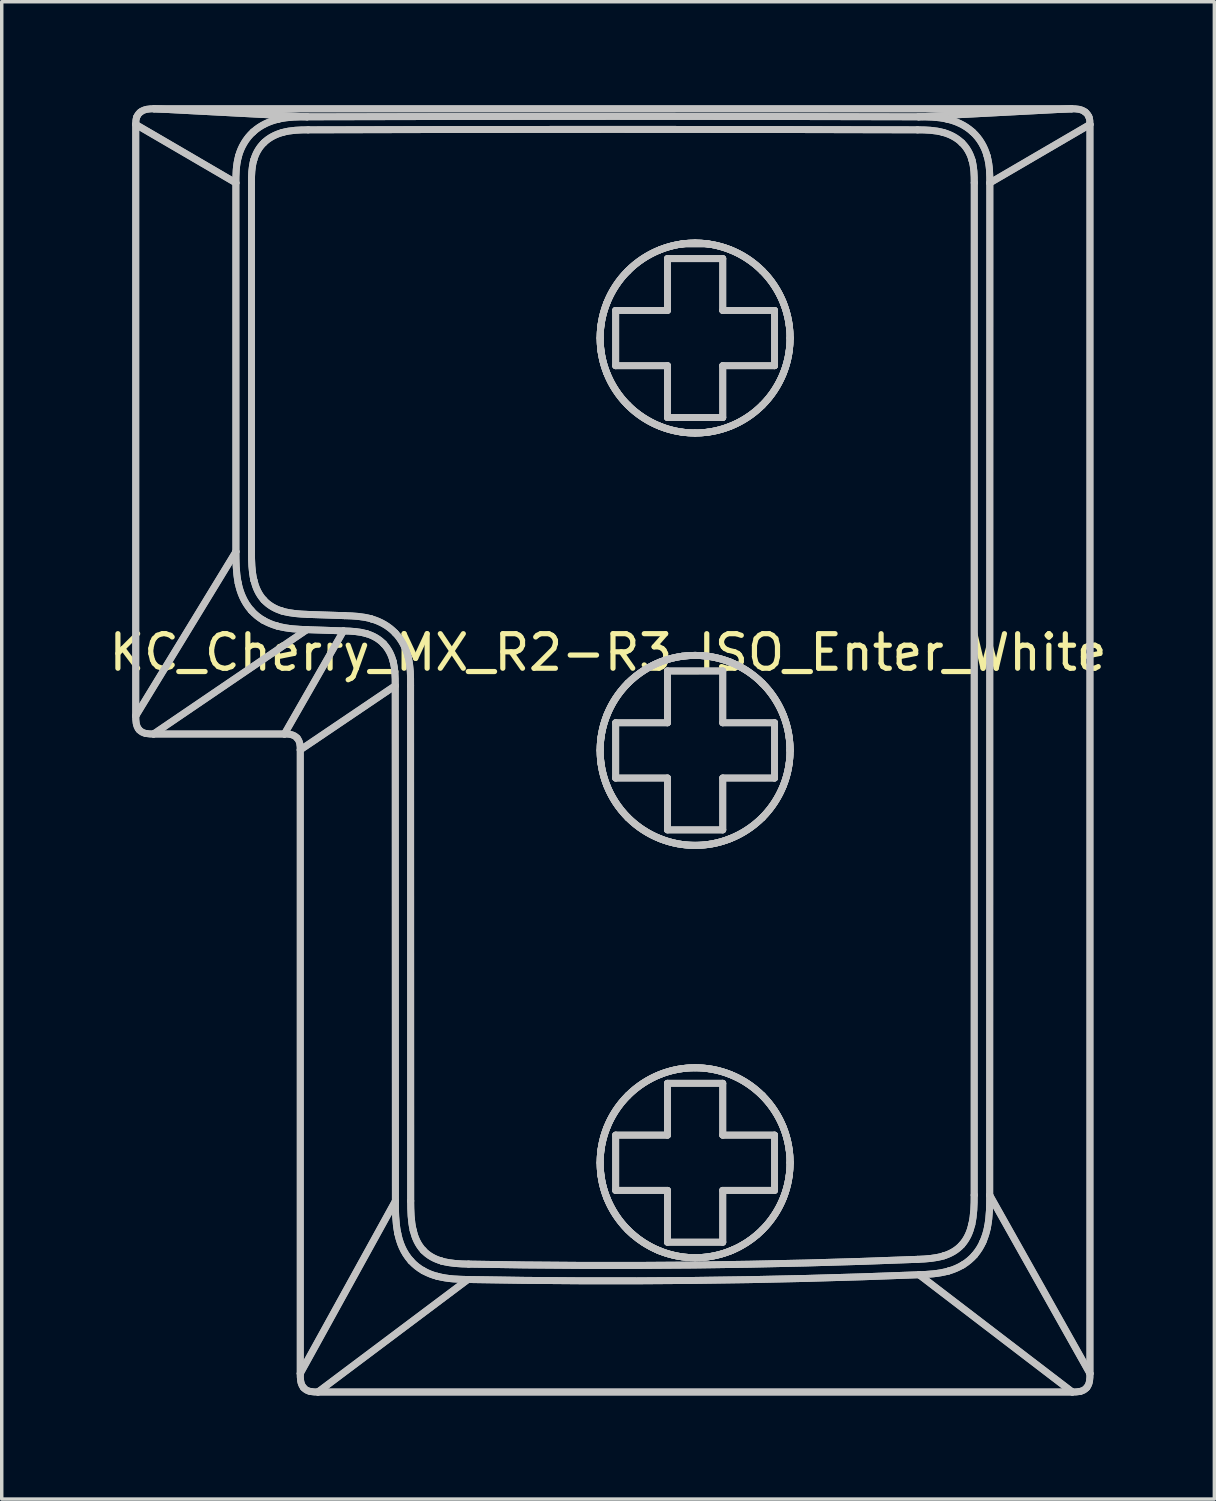
<source format=kicad_pcb>
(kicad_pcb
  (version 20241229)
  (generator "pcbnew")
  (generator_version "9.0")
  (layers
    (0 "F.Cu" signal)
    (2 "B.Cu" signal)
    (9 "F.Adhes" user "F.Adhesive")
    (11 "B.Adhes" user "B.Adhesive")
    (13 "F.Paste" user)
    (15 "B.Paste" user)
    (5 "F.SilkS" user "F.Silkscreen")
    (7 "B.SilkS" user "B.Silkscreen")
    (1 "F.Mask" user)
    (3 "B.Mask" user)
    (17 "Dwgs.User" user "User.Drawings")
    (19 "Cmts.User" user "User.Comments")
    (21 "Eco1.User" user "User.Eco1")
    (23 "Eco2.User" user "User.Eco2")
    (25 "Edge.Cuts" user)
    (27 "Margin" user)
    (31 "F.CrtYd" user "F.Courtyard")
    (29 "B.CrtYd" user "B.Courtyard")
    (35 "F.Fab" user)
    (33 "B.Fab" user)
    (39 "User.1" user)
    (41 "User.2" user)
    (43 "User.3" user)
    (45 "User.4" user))
  (footprint "KC_Cherry_MX_R2-R3_ISO_Enter_White"
    (layer "F.Cu")
    (at 17.094 18.635)
    (property "Reference" "KC_Cherry_MX_R2-R3_ISO_Enter_White" (at -2.54 -2.794 0) (layer "F.SilkS") (effects (font (size 1 1) (thickness 0.15))))
    (attr allow_missing_courtyard)
    (fp_line (start -16.214 -0.958) (end -16.214 -18.082) (stroke (width 0.2) (type default)) (layer "Dwgs.User"))
    (fp_line (start -16.214 -0.958) (end -16.214 -18.082) (stroke (width 0.2) (type default)) (layer "Dwgs.User"))
    (fp_line (start -15.683 -18.535) (end 10.88 -18.535) (stroke (width 0.2) (type default)) (layer "Dwgs.User"))
    (fp_line (start -15.683 -18.535) (end 10.88 -18.535) (stroke (width 0.2) (type default)) (layer "Dwgs.User"))
    (fp_line (start -13.315 -16.39) (end -16.214 -18.082) (stroke (width 0.2) (type default)) (layer "Dwgs.User"))
    (fp_line (start -13.315 -16.39) (end -16.214 -18.082) (stroke (width 0.2) (type default)) (layer "Dwgs.User"))
    (fp_line (start -13.315 -16.39) (end -13.314 -5.714) (stroke (width 0.2) (type default)) (layer "Dwgs.User"))
    (fp_line (start -13.315 -16.39) (end -13.314 -5.714) (stroke (width 0.2) (type default)) (layer "Dwgs.User"))
    (fp_line (start -13.314 -5.714) (end -16.214 -0.958) (stroke (width 0.2) (type default)) (layer "Dwgs.User"))
    (fp_line (start -13.314 -5.714) (end -16.214 -0.958) (stroke (width 0.2) (type default)) (layer "Dwgs.User"))
    (fp_line (start -12.864 -16.393) (end -12.863 -5.716) (stroke (width 0.2) (type default)) (layer "Dwgs.User"))
    (fp_line (start -12.864 -16.393) (end -12.863 -5.716) (stroke (width 0.2) (type default)) (layer "Dwgs.User"))
    (fp_line (start -11.909 -0.435) (end -15.699 -0.435) (stroke (width 0.2) (type default)) (layer "Dwgs.User"))
    (fp_line (start -11.909 -0.435) (end -15.699 -0.435) (stroke (width 0.2) (type default)) (layer "Dwgs.User"))
    (fp_line (start -11.909 -0.435) (end -10.2 -3.42) (stroke (width 0.2) (type default)) (layer "Dwgs.User"))
    (fp_line (start -11.909 -0.435) (end -10.2 -3.42) (stroke (width 0.2) (type default)) (layer "Dwgs.User"))
    (fp_line (start -11.451 0.025) (end -8.701 -1.834) (stroke (width 0.2) (type default)) (layer "Dwgs.User"))
    (fp_line (start -11.451 0.025) (end -8.701 -1.834) (stroke (width 0.2) (type default)) (layer "Dwgs.User"))
    (fp_line (start -11.451 18.079) (end -11.451 0.025) (stroke (width 0.2) (type default)) (layer "Dwgs.User"))
    (fp_line (start -11.451 18.079) (end -11.451 0.025) (stroke (width 0.2) (type default)) (layer "Dwgs.User"))
    (fp_line (start -11.258 -3.456) (end -15.699 -0.435) (stroke (width 0.2) (type default)) (layer "Dwgs.User"))
    (fp_line (start -11.258 -3.456) (end -15.699 -0.435) (stroke (width 0.2) (type default)) (layer "Dwgs.User"))
    (fp_line (start -11.251 -18.303) (end -15.683 -18.535) (stroke (width 0.2) (type default)) (layer "Dwgs.User"))
    (fp_line (start -11.251 -18.303) (end -15.683 -18.535) (stroke (width 0.2) (type default)) (layer "Dwgs.User"))
    (fp_line (start -10.2 -3.42) (end -11.258 -3.456) (stroke (width 0.2) (type default)) (layer "Dwgs.User"))
    (fp_line (start -10.2 -3.42) (end -11.258 -3.456) (stroke (width 0.2) (type default)) (layer "Dwgs.User"))
    (fp_line (start -10.165 -3.861) (end -11.219 -3.897) (stroke (width 0.2) (type default)) (layer "Dwgs.User"))
    (fp_line (start -10.165 -3.861) (end -11.219 -3.897) (stroke (width 0.2) (type default)) (layer "Dwgs.User"))
    (fp_line (start -8.697 13.085) (end -11.451 18.079) (stroke (width 0.2) (type default)) (layer "Dwgs.User"))
    (fp_line (start -8.697 13.085) (end -11.451 18.079) (stroke (width 0.2) (type default)) (layer "Dwgs.User"))
    (fp_line (start -8.697 13.085) (end -8.701 -1.834) (stroke (width 0.2) (type default)) (layer "Dwgs.User"))
    (fp_line (start -8.697 13.085) (end -8.701 -1.834) (stroke (width 0.2) (type default)) (layer "Dwgs.User"))
    (fp_line (start -8.254 13.083) (end -8.257 -1.837) (stroke (width 0.2) (type default)) (layer "Dwgs.User"))
    (fp_line (start -8.254 13.083) (end -8.257 -1.837) (stroke (width 0.2) (type default)) (layer "Dwgs.User"))
    (fp_line (start -6.598 15.358) (end -10.939 18.615) (stroke (width 0.2) (type default)) (layer "Dwgs.User"))
    (fp_line (start -6.598 15.358) (end -10.939 18.615) (stroke (width 0.2) (type default)) (layer "Dwgs.User"))
    (fp_line (start -2.32 -12.698) (end -0.82 -12.698) (stroke (width 0.2) (type default)) (layer "Dwgs.User"))
    (fp_line (start -2.32 -12.698) (end -0.82 -12.698) (stroke (width 0.2) (type default)) (layer "Dwgs.User"))
    (fp_line (start -2.32 -11.098) (end -2.32 -12.698) (stroke (width 0.2) (type default)) (layer "Dwgs.User"))
    (fp_line (start -2.32 -11.098) (end -2.32 -12.698) (stroke (width 0.2) (type default)) (layer "Dwgs.User"))
    (fp_line (start -2.32 -0.76) (end -0.82 -0.76) (stroke (width 0.2) (type default)) (layer "Dwgs.User"))
    (fp_line (start -2.32 -0.76) (end -0.82 -0.76) (stroke (width 0.2) (type default)) (layer "Dwgs.User"))
    (fp_line (start -2.32 0.84) (end -2.32 -0.76) (stroke (width 0.2) (type default)) (layer "Dwgs.User"))
    (fp_line (start -2.32 0.84) (end -2.32 -0.76) (stroke (width 0.2) (type default)) (layer "Dwgs.User"))
    (fp_line (start -2.32 11.178) (end -0.82 11.178) (stroke (width 0.2) (type default)) (layer "Dwgs.User"))
    (fp_line (start -2.32 11.178) (end -0.82 11.178) (stroke (width 0.2) (type default)) (layer "Dwgs.User"))
    (fp_line (start -2.32 12.778) (end -2.32 11.178) (stroke (width 0.2) (type default)) (layer "Dwgs.User"))
    (fp_line (start -2.32 12.778) (end -2.32 11.178) (stroke (width 0.2) (type default)) (layer "Dwgs.User"))
    (fp_line (start -0.82 -14.198) (end 0.78 -14.198) (stroke (width 0.2) (type default)) (layer "Dwgs.User"))
    (fp_line (start -0.82 -14.198) (end 0.78 -14.198) (stroke (width 0.2) (type default)) (layer "Dwgs.User"))
    (fp_line (start -0.82 -12.698) (end -0.82 -14.198) (stroke (width 0.2) (type default)) (layer "Dwgs.User"))
    (fp_line (start -0.82 -12.698) (end -0.82 -14.198) (stroke (width 0.2) (type default)) (layer "Dwgs.User"))
    (fp_line (start -0.82 -11.098) (end -2.32 -11.098) (stroke (width 0.2) (type default)) (layer "Dwgs.User"))
    (fp_line (start -0.82 -11.098) (end -2.32 -11.098) (stroke (width 0.2) (type default)) (layer "Dwgs.User"))
    (fp_line (start -0.82 -9.598) (end -0.82 -11.098) (stroke (width 0.2) (type default)) (layer "Dwgs.User"))
    (fp_line (start -0.82 -9.598) (end -0.82 -11.098) (stroke (width 0.2) (type default)) (layer "Dwgs.User"))
    (fp_line (start -0.82 -2.26) (end 0.78 -2.26) (stroke (width 0.2) (type default)) (layer "Dwgs.User"))
    (fp_line (start -0.82 -2.26) (end 0.78 -2.26) (stroke (width 0.2) (type default)) (layer "Dwgs.User"))
    (fp_line (start -0.82 -0.76) (end -0.82 -2.26) (stroke (width 0.2) (type default)) (layer "Dwgs.User"))
    (fp_line (start -0.82 -0.76) (end -0.82 -2.26) (stroke (width 0.2) (type default)) (layer "Dwgs.User"))
    (fp_line (start -0.82 0.84) (end -2.32 0.84) (stroke (width 0.2) (type default)) (layer "Dwgs.User"))
    (fp_line (start -0.82 0.84) (end -2.32 0.84) (stroke (width 0.2) (type default)) (layer "Dwgs.User"))
    (fp_line (start -0.82 2.34) (end -0.82 0.84) (stroke (width 0.2) (type default)) (layer "Dwgs.User"))
    (fp_line (start -0.82 2.34) (end -0.82 0.84) (stroke (width 0.2) (type default)) (layer "Dwgs.User"))
    (fp_line (start -0.82 9.678) (end 0.78 9.678) (stroke (width 0.2) (type default)) (layer "Dwgs.User"))
    (fp_line (start -0.82 9.678) (end 0.78 9.678) (stroke (width 0.2) (type default)) (layer "Dwgs.User"))
    (fp_line (start -0.82 11.178) (end -0.82 9.678) (stroke (width 0.2) (type default)) (layer "Dwgs.User"))
    (fp_line (start -0.82 11.178) (end -0.82 9.678) (stroke (width 0.2) (type default)) (layer "Dwgs.User"))
    (fp_line (start -0.82 12.778) (end -2.32 12.778) (stroke (width 0.2) (type default)) (layer "Dwgs.User"))
    (fp_line (start -0.82 12.778) (end -2.32 12.778) (stroke (width 0.2) (type default)) (layer "Dwgs.User"))
    (fp_line (start -0.82 14.278) (end -0.82 12.778) (stroke (width 0.2) (type default)) (layer "Dwgs.User"))
    (fp_line (start -0.82 14.278) (end -0.82 12.778) (stroke (width 0.2) (type default)) (layer "Dwgs.User"))
    (fp_line (start -0.395 -14.623) (end -0.395 -14.623) (stroke (width 0.2) (type default)) (layer "Dwgs.User"))
    (fp_line (start -0.395 -14.623) (end 0.355 -14.623) (stroke (width 0.2) (type default)) (layer "Dwgs.User"))
    (fp_line (start 0.78 -14.198) (end 0.78 -12.698) (stroke (width 0.2) (type default)) (layer "Dwgs.User"))
    (fp_line (start 0.78 -14.198) (end 0.78 -12.698) (stroke (width 0.2) (type default)) (layer "Dwgs.User"))
    (fp_line (start 0.78 -12.698) (end 2.28 -12.698) (stroke (width 0.2) (type default)) (layer "Dwgs.User"))
    (fp_line (start 0.78 -12.698) (end 2.28 -12.698) (stroke (width 0.2) (type default)) (layer "Dwgs.User"))
    (fp_line (start 0.78 -11.098) (end 0.78 -9.598) (stroke (width 0.2) (type default)) (layer "Dwgs.User"))
    (fp_line (start 0.78 -11.098) (end 0.78 -9.598) (stroke (width 0.2) (type default)) (layer "Dwgs.User"))
    (fp_line (start 0.78 -9.598) (end -0.82 -9.598) (stroke (width 0.2) (type default)) (layer "Dwgs.User"))
    (fp_line (start 0.78 -9.598) (end -0.82 -9.598) (stroke (width 0.2) (type default)) (layer "Dwgs.User"))
    (fp_line (start 0.78 -2.26) (end 0.78 -0.76) (stroke (width 0.2) (type default)) (layer "Dwgs.User"))
    (fp_line (start 0.78 -2.26) (end 0.78 -0.76) (stroke (width 0.2) (type default)) (layer "Dwgs.User"))
    (fp_line (start 0.78 -0.76) (end 2.28 -0.76) (stroke (width 0.2) (type default)) (layer "Dwgs.User"))
    (fp_line (start 0.78 -0.76) (end 2.28 -0.76) (stroke (width 0.2) (type default)) (layer "Dwgs.User"))
    (fp_line (start 0.78 0.84) (end 0.78 2.34) (stroke (width 0.2) (type default)) (layer "Dwgs.User"))
    (fp_line (start 0.78 0.84) (end 0.78 2.34) (stroke (width 0.2) (type default)) (layer "Dwgs.User"))
    (fp_line (start 0.78 2.34) (end -0.82 2.34) (stroke (width 0.2) (type default)) (layer "Dwgs.User"))
    (fp_line (start 0.78 2.34) (end -0.82 2.34) (stroke (width 0.2) (type default)) (layer "Dwgs.User"))
    (fp_line (start 0.78 9.678) (end 0.78 11.178) (stroke (width 0.2) (type default)) (layer "Dwgs.User"))
    (fp_line (start 0.78 9.678) (end 0.78 11.178) (stroke (width 0.2) (type default)) (layer "Dwgs.User"))
    (fp_line (start 0.78 11.178) (end 2.28 11.178) (stroke (width 0.2) (type default)) (layer "Dwgs.User"))
    (fp_line (start 0.78 11.178) (end 2.28 11.178) (stroke (width 0.2) (type default)) (layer "Dwgs.User"))
    (fp_line (start 0.78 12.778) (end 0.78 14.278) (stroke (width 0.2) (type default)) (layer "Dwgs.User"))
    (fp_line (start 0.78 12.778) (end 0.78 14.278) (stroke (width 0.2) (type default)) (layer "Dwgs.User"))
    (fp_line (start 0.78 14.278) (end -0.82 14.278) (stroke (width 0.2) (type default)) (layer "Dwgs.User"))
    (fp_line (start 0.78 14.278) (end -0.82 14.278) (stroke (width 0.2) (type default)) (layer "Dwgs.User"))
    (fp_line (start 2.28 -12.698) (end 2.28 -11.098) (stroke (width 0.2) (type default)) (layer "Dwgs.User"))
    (fp_line (start 2.28 -12.698) (end 2.28 -11.098) (stroke (width 0.2) (type default)) (layer "Dwgs.User"))
    (fp_line (start 2.28 -11.098) (end 0.78 -11.098) (stroke (width 0.2) (type default)) (layer "Dwgs.User"))
    (fp_line (start 2.28 -11.098) (end 0.78 -11.098) (stroke (width 0.2) (type default)) (layer "Dwgs.User"))
    (fp_line (start 2.28 -0.76) (end 2.28 0.84) (stroke (width 0.2) (type default)) (layer "Dwgs.User"))
    (fp_line (start 2.28 -0.76) (end 2.28 0.84) (stroke (width 0.2) (type default)) (layer "Dwgs.User"))
    (fp_line (start 2.28 0.84) (end 0.78 0.84) (stroke (width 0.2) (type default)) (layer "Dwgs.User"))
    (fp_line (start 2.28 0.84) (end 0.78 0.84) (stroke (width 0.2) (type default)) (layer "Dwgs.User"))
    (fp_line (start 2.28 11.178) (end 2.28 12.778) (stroke (width 0.2) (type default)) (layer "Dwgs.User"))
    (fp_line (start 2.28 11.178) (end 2.28 12.778) (stroke (width 0.2) (type default)) (layer "Dwgs.User"))
    (fp_line (start 2.28 12.778) (end 0.78 12.778) (stroke (width 0.2) (type default)) (layer "Dwgs.User"))
    (fp_line (start 2.28 12.778) (end 0.78 12.778) (stroke (width 0.2) (type default)) (layer "Dwgs.User"))
    (fp_line (start 2.704 -0.336) (end 2.73 0.039) (stroke (width 0.2) (type default)) (layer "Dwgs.User"))
    (fp_line (start 6.464 15.22) (end 10.901 18.615) (stroke (width 0.2) (type default)) (layer "Dwgs.User"))
    (fp_line (start 6.464 15.22) (end 10.901 18.615) (stroke (width 0.2) (type default)) (layer "Dwgs.User"))
    (fp_line (start 8.06 12.914) (end 8.062 -16.393) (stroke (width 0.2) (type default)) (layer "Dwgs.User"))
    (fp_line (start 8.06 12.914) (end 8.062 -16.393) (stroke (width 0.2) (type default)) (layer "Dwgs.User"))
    (fp_line (start 8.509 12.916) (end 8.513 -16.39) (stroke (width 0.2) (type default)) (layer "Dwgs.User"))
    (fp_line (start 8.509 12.916) (end 8.513 -16.39) (stroke (width 0.2) (type default)) (layer "Dwgs.User"))
    (fp_line (start 8.509 12.916) (end 11.411 18.081) (stroke (width 0.2) (type default)) (layer "Dwgs.User"))
    (fp_line (start 8.509 12.916) (end 11.411 18.081) (stroke (width 0.2) (type default)) (layer "Dwgs.User"))
    (fp_line (start 10.88 -18.535) (end 6.449 -18.303) (stroke (width 0.2) (type default)) (layer "Dwgs.User"))
    (fp_line (start 10.88 -18.535) (end 6.449 -18.303) (stroke (width 0.2) (type default)) (layer "Dwgs.User"))
    (fp_line (start 10.901 18.615) (end -10.939 18.615) (stroke (width 0.2) (type default)) (layer "Dwgs.User"))
    (fp_line (start 10.901 18.615) (end -10.939 18.615) (stroke (width 0.2) (type default)) (layer "Dwgs.User"))
    (fp_line (start 11.411 -18.082) (end 8.513 -16.39) (stroke (width 0.2) (type default)) (layer "Dwgs.User"))
    (fp_line (start 11.411 -18.082) (end 8.513 -16.39) (stroke (width 0.2) (type default)) (layer "Dwgs.User"))
    (fp_line (start 11.411 -18.082) (end 11.411 18.081) (stroke (width 0.2) (type default)) (layer "Dwgs.User"))
    (fp_line (start 11.411 -18.082) (end 11.411 18.081) (stroke (width 0.2) (type default)) (layer "Dwgs.User"))
    (fp_curve (pts (xy -16.214 -18.082) (xy -16.214 -18.155) (xy -16.212 -18.231) (xy -16.184 -18.3)) (stroke (width 0.2) (type default)) (layer "Dwgs.User"))
    (fp_curve (pts (xy -16.214 -18.082) (xy -16.214 -18.155) (xy -16.212 -18.231) (xy -16.184 -18.3)) (stroke (width 0.2) (type default)) (layer "Dwgs.User"))
    (fp_curve (pts (xy -16.184 -18.3) (xy -16.161 -18.356) (xy -16.125 -18.403) (xy -16.078 -18.44)) (stroke (width 0.2) (type default)) (layer "Dwgs.User"))
    (fp_curve (pts (xy -16.184 -18.3) (xy -16.161 -18.356) (xy -16.125 -18.403) (xy -16.078 -18.44)) (stroke (width 0.2) (type default)) (layer "Dwgs.User"))
    (fp_curve (pts (xy -16.12 -0.562) (xy -16.212 -0.671) (xy -16.214 -0.823) (xy -16.214 -0.958)) (stroke (width 0.2) (type default)) (layer "Dwgs.User"))
    (fp_curve (pts (xy -16.12 -0.562) (xy -16.212 -0.671) (xy -16.214 -0.823) (xy -16.214 -0.958)) (stroke (width 0.2) (type default)) (layer "Dwgs.User"))
    (fp_curve (pts (xy -16.078 -18.44) (xy -15.966 -18.528) (xy -15.819 -18.537) (xy -15.683 -18.535)) (stroke (width 0.2) (type default)) (layer "Dwgs.User"))
    (fp_curve (pts (xy -16.078 -18.44) (xy -15.966 -18.528) (xy -15.819 -18.537) (xy -15.683 -18.535)) (stroke (width 0.2) (type default)) (layer "Dwgs.User"))
    (fp_curve (pts (xy -15.918 -0.45) (xy -15.994 -0.465) (xy -16.069 -0.501) (xy -16.12 -0.562)) (stroke (width 0.2) (type default)) (layer "Dwgs.User"))
    (fp_curve (pts (xy -15.918 -0.45) (xy -15.994 -0.465) (xy -16.069 -0.501) (xy -16.12 -0.562)) (stroke (width 0.2) (type default)) (layer "Dwgs.User"))
    (fp_curve (pts (xy -15.699 -0.435) (xy -15.772 -0.433) (xy -15.845 -0.438) (xy -15.918 -0.45)) (stroke (width 0.2) (type default)) (layer "Dwgs.User"))
    (fp_curve (pts (xy -15.699 -0.435) (xy -15.772 -0.433) (xy -15.845 -0.438) (xy -15.918 -0.45)) (stroke (width 0.2) (type default)) (layer "Dwgs.User"))
    (fp_curve (pts (xy -13.315 -16.39) (xy -13.314 -16.611) (xy -13.317 -16.875) (xy -13.238 -17.165)) (stroke (width 0.2) (type default)) (layer "Dwgs.User"))
    (fp_curve (pts (xy -13.315 -16.39) (xy -13.314 -16.611) (xy -13.317 -16.875) (xy -13.238 -17.165)) (stroke (width 0.2) (type default)) (layer "Dwgs.User"))
    (fp_curve (pts (xy -13.247 -4.801) (xy -13.315 -5.132) (xy -13.312 -5.435) (xy -13.314 -5.714)) (stroke (width 0.2) (type default)) (layer "Dwgs.User"))
    (fp_curve (pts (xy -13.247 -4.801) (xy -13.315 -5.132) (xy -13.312 -5.435) (xy -13.314 -5.714)) (stroke (width 0.2) (type default)) (layer "Dwgs.User"))
    (fp_curve (pts (xy -13.238 -17.165) (xy -13.17 -17.419) (xy -13.021 -17.68) (xy -12.815 -17.865)) (stroke (width 0.2) (type default)) (layer "Dwgs.User"))
    (fp_curve (pts (xy -13.238 -17.165) (xy -13.17 -17.419) (xy -13.021 -17.68) (xy -12.815 -17.865)) (stroke (width 0.2) (type default)) (layer "Dwgs.User"))
    (fp_curve (pts (xy -12.869 -4.012) (xy -13.09 -4.26) (xy -13.194 -4.547) (xy -13.247 -4.801)) (stroke (width 0.2) (type default)) (layer "Dwgs.User"))
    (fp_curve (pts (xy -12.869 -4.012) (xy -13.09 -4.26) (xy -13.194 -4.547) (xy -13.247 -4.801)) (stroke (width 0.2) (type default)) (layer "Dwgs.User"))
    (fp_curve (pts (xy -12.864 -16.393) (xy -12.864 -16.614) (xy -12.859 -16.839) (xy -12.797 -17.053)) (stroke (width 0.2) (type default)) (layer "Dwgs.User"))
    (fp_curve (pts (xy -12.864 -16.393) (xy -12.864 -16.614) (xy -12.859 -16.839) (xy -12.797 -17.053)) (stroke (width 0.2) (type default)) (layer "Dwgs.User"))
    (fp_curve (pts (xy -12.815 -17.865) (xy -12.595 -18.066) (xy -12.331 -18.178) (xy -12.084 -18.235)) (stroke (width 0.2) (type default)) (layer "Dwgs.User"))
    (fp_curve (pts (xy -12.815 -17.865) (xy -12.595 -18.066) (xy -12.331 -18.178) (xy -12.084 -18.235)) (stroke (width 0.2) (type default)) (layer "Dwgs.User"))
    (fp_curve (pts (xy -12.797 -17.053) (xy -12.744 -17.241) (xy -12.645 -17.416) (xy -12.506 -17.551)) (stroke (width 0.2) (type default)) (layer "Dwgs.User"))
    (fp_curve (pts (xy -12.797 -17.053) (xy -12.744 -17.241) (xy -12.645 -17.416) (xy -12.506 -17.551)) (stroke (width 0.2) (type default)) (layer "Dwgs.User"))
    (fp_curve (pts (xy -12.793 -4.885) (xy -12.857 -5.156) (xy -12.863 -5.438) (xy -12.863 -5.716)) (stroke (width 0.2) (type default)) (layer "Dwgs.User"))
    (fp_curve (pts (xy -12.793 -4.885) (xy -12.857 -5.156) (xy -12.863 -5.438) (xy -12.863 -5.716)) (stroke (width 0.2) (type default)) (layer "Dwgs.User"))
    (fp_curve (pts (xy -12.523 -3.729) (xy -12.648 -3.802) (xy -12.769 -3.899) (xy -12.869 -4.012)) (stroke (width 0.2) (type default)) (layer "Dwgs.User"))
    (fp_curve (pts (xy -12.523 -3.729) (xy -12.648 -3.802) (xy -12.769 -3.899) (xy -12.869 -4.012)) (stroke (width 0.2) (type default)) (layer "Dwgs.User"))
    (fp_curve (pts (xy -12.506 -17.551) (xy -12.357 -17.697) (xy -12.166 -17.795) (xy -11.966 -17.85)) (stroke (width 0.2) (type default)) (layer "Dwgs.User"))
    (fp_curve (pts (xy -12.506 -17.551) (xy -12.357 -17.697) (xy -12.166 -17.795) (xy -11.966 -17.85)) (stroke (width 0.2) (type default)) (layer "Dwgs.User"))
    (fp_curve (pts (xy -12.505 -4.314) (xy -12.652 -4.473) (xy -12.743 -4.676) (xy -12.793 -4.885)) (stroke (width 0.2) (type default)) (layer "Dwgs.User"))
    (fp_curve (pts (xy -12.505 -4.314) (xy -12.652 -4.473) (xy -12.743 -4.676) (xy -12.793 -4.885)) (stroke (width 0.2) (type default)) (layer "Dwgs.User"))
    (fp_curve (pts (xy -12.121 -3.562) (xy -12.254 -3.597) (xy -12.388 -3.653) (xy -12.523 -3.729)) (stroke (width 0.2) (type default)) (layer "Dwgs.User"))
    (fp_curve (pts (xy -12.121 -3.562) (xy -12.254 -3.597) (xy -12.388 -3.653) (xy -12.523 -3.729)) (stroke (width 0.2) (type default)) (layer "Dwgs.User"))
    (fp_curve (pts (xy -12.084 -18.235) (xy -11.784 -18.304) (xy -11.502 -18.301) (xy -11.251 -18.303)) (stroke (width 0.2) (type default)) (layer "Dwgs.User"))
    (fp_curve (pts (xy -12.084 -18.235) (xy -11.784 -18.304) (xy -11.502 -18.301) (xy -11.251 -18.303)) (stroke (width 0.2) (type default)) (layer "Dwgs.User"))
    (fp_curve (pts (xy -11.983 -3.997) (xy -12.179 -4.056) (xy -12.365 -4.161) (xy -12.505 -4.314)) (stroke (width 0.2) (type default)) (layer "Dwgs.User"))
    (fp_curve (pts (xy -11.983 -3.997) (xy -12.179 -4.056) (xy -12.365 -4.161) (xy -12.505 -4.314)) (stroke (width 0.2) (type default)) (layer "Dwgs.User"))
    (fp_curve (pts (xy -11.966 -17.85) (xy -11.725 -17.917) (xy -11.47 -17.926) (xy -11.22 -17.926)) (stroke (width 0.2) (type default)) (layer "Dwgs.User"))
    (fp_curve (pts (xy -11.966 -17.85) (xy -11.725 -17.917) (xy -11.47 -17.926) (xy -11.22 -17.926)) (stroke (width 0.2) (type default)) (layer "Dwgs.User"))
    (fp_curve (pts (xy -11.54 -0.315) (xy -11.63 -0.421) (xy -11.778 -0.439) (xy -11.909 -0.435)) (stroke (width 0.2) (type default)) (layer "Dwgs.User"))
    (fp_curve (pts (xy -11.54 -0.315) (xy -11.63 -0.421) (xy -11.778 -0.439) (xy -11.909 -0.435)) (stroke (width 0.2) (type default)) (layer "Dwgs.User"))
    (fp_curve (pts (xy -11.451 0.025) (xy -11.449 -0.092) (xy -11.459 -0.222) (xy -11.54 -0.315)) (stroke (width 0.2) (type default)) (layer "Dwgs.User"))
    (fp_curve (pts (xy -11.451 0.025) (xy -11.449 -0.092) (xy -11.459 -0.222) (xy -11.54 -0.315)) (stroke (width 0.2) (type default)) (layer "Dwgs.User"))
    (fp_curve (pts (xy -11.358 18.486) (xy -11.451 18.373) (xy -11.451 18.218) (xy -11.451 18.079)) (stroke (width 0.2) (type default)) (layer "Dwgs.User"))
    (fp_curve (pts (xy -11.358 18.486) (xy -11.451 18.373) (xy -11.451 18.218) (xy -11.451 18.079)) (stroke (width 0.2) (type default)) (layer "Dwgs.User"))
    (fp_curve (pts (xy -11.258 -3.456) (xy -11.517 -3.468) (xy -11.803 -3.474) (xy -12.121 -3.562)) (stroke (width 0.2) (type default)) (layer "Dwgs.User"))
    (fp_curve (pts (xy -11.258 -3.456) (xy -11.517 -3.468) (xy -11.803 -3.474) (xy -12.121 -3.562)) (stroke (width 0.2) (type default)) (layer "Dwgs.User"))
    (fp_curve (pts (xy -11.251 -18.303) (xy -5.365 -18.32) (xy 0.562 -18.32) (xy 6.449 -18.303)) (stroke (width 0.2) (type default)) (layer "Dwgs.User"))
    (fp_curve (pts (xy -11.251 -18.303) (xy -5.365 -18.32) (xy 0.562 -18.32) (xy 6.449 -18.303)) (stroke (width 0.2) (type default)) (layer "Dwgs.User"))
    (fp_curve (pts (xy -11.22 -17.926) (xy -5.354 -17.944) (xy 0.552 -17.944) (xy 6.417 -17.926)) (stroke (width 0.2) (type default)) (layer "Dwgs.User"))
    (fp_curve (pts (xy -11.22 -17.926) (xy -5.354 -17.944) (xy 0.552 -17.944) (xy 6.417 -17.926)) (stroke (width 0.2) (type default)) (layer "Dwgs.User"))
    (fp_curve (pts (xy -11.219 -3.897) (xy -11.476 -3.907) (xy -11.736 -3.922) (xy -11.983 -3.997)) (stroke (width 0.2) (type default)) (layer "Dwgs.User"))
    (fp_curve (pts (xy -11.219 -3.897) (xy -11.476 -3.907) (xy -11.736 -3.922) (xy -11.983 -3.997)) (stroke (width 0.2) (type default)) (layer "Dwgs.User"))
    (fp_curve (pts (xy -11.157 18.6) (xy -11.234 18.584) (xy -11.308 18.548) (xy -11.358 18.486)) (stroke (width 0.2) (type default)) (layer "Dwgs.User"))
    (fp_curve (pts (xy -11.157 18.6) (xy -11.234 18.584) (xy -11.308 18.548) (xy -11.358 18.486)) (stroke (width 0.2) (type default)) (layer "Dwgs.User"))
    (fp_curve (pts (xy -10.939 18.615) (xy -11.012 18.617) (xy -11.085 18.612) (xy -11.157 18.6)) (stroke (width 0.2) (type default)) (layer "Dwgs.User"))
    (fp_curve (pts (xy -10.939 18.615) (xy -11.012 18.617) (xy -11.085 18.612) (xy -11.157 18.6)) (stroke (width 0.2) (type default)) (layer "Dwgs.User"))
    (fp_curve (pts (xy -10.2 -3.42) (xy -9.94 -3.413) (xy -9.728 -3.398) (xy -9.533 -3.34)) (stroke (width 0.2) (type default)) (layer "Dwgs.User"))
    (fp_curve (pts (xy -10.2 -3.42) (xy -9.94 -3.413) (xy -9.728 -3.398) (xy -9.533 -3.34)) (stroke (width 0.2) (type default)) (layer "Dwgs.User"))
    (fp_curve (pts (xy -10.165 -3.861) (xy -9.904 -3.854) (xy -9.639 -3.841) (xy -9.387 -3.766)) (stroke (width 0.2) (type default)) (layer "Dwgs.User"))
    (fp_curve (pts (xy -10.165 -3.861) (xy -9.904 -3.854) (xy -9.639 -3.841) (xy -9.387 -3.766)) (stroke (width 0.2) (type default)) (layer "Dwgs.User"))
    (fp_curve (pts (xy -9.533 -3.34) (xy -9.336 -3.282) (xy -9.17 -3.184) (xy -9.038 -3.048)) (stroke (width 0.2) (type default)) (layer "Dwgs.User"))
    (fp_curve (pts (xy -9.533 -3.34) (xy -9.336 -3.282) (xy -9.17 -3.184) (xy -9.038 -3.048)) (stroke (width 0.2) (type default)) (layer "Dwgs.User"))
    (fp_curve (pts (xy -9.387 -3.766) (xy -9.13 -3.693) (xy -8.888 -3.556) (xy -8.703 -3.361)) (stroke (width 0.2) (type default)) (layer "Dwgs.User"))
    (fp_curve (pts (xy -9.387 -3.766) (xy -9.13 -3.693) (xy -8.888 -3.556) (xy -8.703 -3.361)) (stroke (width 0.2) (type default)) (layer "Dwgs.User"))
    (fp_curve (pts (xy -9.038 -3.048) (xy -8.907 -2.909) (xy -8.815 -2.739) (xy -8.762 -2.536)) (stroke (width 0.2) (type default)) (layer "Dwgs.User"))
    (fp_curve (pts (xy -9.038 -3.048) (xy -8.907 -2.909) (xy -8.815 -2.739) (xy -8.762 -2.536)) (stroke (width 0.2) (type default)) (layer "Dwgs.User"))
    (fp_curve (pts (xy -8.762 -2.536) (xy -8.708 -2.33) (xy -8.699 -2.106) (xy -8.701 -1.834)) (stroke (width 0.2) (type default)) (layer "Dwgs.User"))
    (fp_curve (pts (xy -8.762 -2.536) (xy -8.708 -2.33) (xy -8.699 -2.106) (xy -8.701 -1.834)) (stroke (width 0.2) (type default)) (layer "Dwgs.User"))
    (fp_curve (pts (xy -8.703 -3.361) (xy -8.516 -3.166) (xy -8.39 -2.917) (xy -8.326 -2.656)) (stroke (width 0.2) (type default)) (layer "Dwgs.User"))
    (fp_curve (pts (xy -8.703 -3.361) (xy -8.516 -3.166) (xy -8.39 -2.917) (xy -8.326 -2.656)) (stroke (width 0.2) (type default)) (layer "Dwgs.User"))
    (fp_curve (pts (xy -8.629 14.02) (xy -8.698 13.681) (xy -8.695 13.372) (xy -8.697 13.085)) (stroke (width 0.2) (type default)) (layer "Dwgs.User"))
    (fp_curve (pts (xy -8.629 14.02) (xy -8.698 13.681) (xy -8.695 13.372) (xy -8.697 13.085)) (stroke (width 0.2) (type default)) (layer "Dwgs.User"))
    (fp_curve (pts (xy -8.326 -2.656) (xy -8.258 -2.389) (xy -8.255 -2.111) (xy -8.257 -1.837)) (stroke (width 0.2) (type default)) (layer "Dwgs.User"))
    (fp_curve (pts (xy -8.326 -2.656) (xy -8.258 -2.389) (xy -8.255 -2.111) (xy -8.257 -1.837)) (stroke (width 0.2) (type default)) (layer "Dwgs.User"))
    (fp_curve (pts (xy -8.246 14.82) (xy -8.475 14.567) (xy -8.576 14.276) (xy -8.629 14.02)) (stroke (width 0.2) (type default)) (layer "Dwgs.User"))
    (fp_curve (pts (xy -8.246 14.82) (xy -8.475 14.567) (xy -8.576 14.276) (xy -8.629 14.02)) (stroke (width 0.2) (type default)) (layer "Dwgs.User"))
    (fp_curve (pts (xy -8.181 13.937) (xy -8.247 13.658) (xy -8.253 13.369) (xy -8.254 13.083)) (stroke (width 0.2) (type default)) (layer "Dwgs.User"))
    (fp_curve (pts (xy -8.181 13.937) (xy -8.247 13.658) (xy -8.253 13.369) (xy -8.254 13.083)) (stroke (width 0.2) (type default)) (layer "Dwgs.User"))
    (fp_curve (pts (xy -7.891 15.103) (xy -8.018 15.032) (xy -8.143 14.934) (xy -8.246 14.82)) (stroke (width 0.2) (type default)) (layer "Dwgs.User"))
    (fp_curve (pts (xy -7.891 15.103) (xy -8.018 15.032) (xy -8.143 14.934) (xy -8.246 14.82)) (stroke (width 0.2) (type default)) (layer "Dwgs.User"))
    (fp_curve (pts (xy -7.89 14.513) (xy -8.04 14.353) (xy -8.131 14.148) (xy -8.181 13.937)) (stroke (width 0.2) (type default)) (layer "Dwgs.User"))
    (fp_curve (pts (xy -7.89 14.513) (xy -8.04 14.353) (xy -8.131 14.148) (xy -8.181 13.937)) (stroke (width 0.2) (type default)) (layer "Dwgs.User"))
    (fp_curve (pts (xy -7.479 15.266) (xy -7.614 15.234) (xy -7.751 15.18) (xy -7.891 15.103)) (stroke (width 0.2) (type default)) (layer "Dwgs.User"))
    (fp_curve (pts (xy -7.479 15.266) (xy -7.614 15.234) (xy -7.751 15.18) (xy -7.891 15.103)) (stroke (width 0.2) (type default)) (layer "Dwgs.User"))
    (fp_curve (pts (xy -7.361 14.823) (xy -7.559 14.767) (xy -7.748 14.665) (xy -7.89 14.513)) (stroke (width 0.2) (type default)) (layer "Dwgs.User"))
    (fp_curve (pts (xy -7.361 14.823) (xy -7.559 14.767) (xy -7.748 14.665) (xy -7.89 14.513)) (stroke (width 0.2) (type default)) (layer "Dwgs.User"))
    (fp_curve (pts (xy -6.598 15.358) (xy -6.862 15.351) (xy -7.153 15.35) (xy -7.479 15.266)) (stroke (width 0.2) (type default)) (layer "Dwgs.User"))
    (fp_curve (pts (xy -6.598 15.358) (xy -6.862 15.351) (xy -7.153 15.35) (xy -7.479 15.266)) (stroke (width 0.2) (type default)) (layer "Dwgs.User"))
    (fp_curve (pts (xy -6.578 14.912) (xy -6.841 14.907) (xy -7.107 14.896) (xy -7.361 14.823)) (stroke (width 0.2) (type default)) (layer "Dwgs.User"))
    (fp_curve (pts (xy -6.578 14.912) (xy -6.841 14.907) (xy -7.107 14.896) (xy -7.361 14.823)) (stroke (width 0.2) (type default)) (layer "Dwgs.User"))
    (fp_curve (pts (xy -2.77 -11.899) (xy -2.77 -11.575) (xy -2.711 -11.225) (xy -2.577 -10.886)) (stroke (width 0.2) (type default)) (layer "Dwgs.User"))
    (fp_curve (pts (xy -2.77 -11.899) (xy -2.77 -11.575) (xy -2.711 -11.225) (xy -2.577 -10.886)) (stroke (width 0.2) (type default)) (layer "Dwgs.User"))
    (fp_curve (pts (xy -2.77 0.039) (xy -2.77 0.363) (xy -2.711 0.713) (xy -2.577 1.052)) (stroke (width 0.2) (type default)) (layer "Dwgs.User"))
    (fp_curve (pts (xy -2.77 0.039) (xy -2.77 0.363) (xy -2.711 0.713) (xy -2.577 1.052)) (stroke (width 0.2) (type default)) (layer "Dwgs.User"))
    (fp_curve (pts (xy -2.77 11.977) (xy -2.77 12.301) (xy -2.711 12.651) (xy -2.577 12.99)) (stroke (width 0.2) (type default)) (layer "Dwgs.User"))
    (fp_curve (pts (xy -2.77 11.977) (xy -2.77 12.301) (xy -2.711 12.651) (xy -2.577 12.99)) (stroke (width 0.2) (type default)) (layer "Dwgs.User"))
    (fp_curve (pts (xy -2.744 -11.524) (xy -2.665 -10.935) (xy -2.386 -10.374) (xy -1.965 -9.954)) (stroke (width 0.2) (type default)) (layer "Dwgs.User"))
    (fp_curve (pts (xy -2.744 -11.524) (xy -2.665 -10.935) (xy -2.386 -10.374) (xy -1.965 -9.954)) (stroke (width 0.2) (type default)) (layer "Dwgs.User"))
    (fp_curve (pts (xy -2.744 12.352) (xy -2.656 13.009) (xy -2.321 13.627) (xy -1.815 14.06)) (stroke (width 0.2) (type default)) (layer "Dwgs.User"))
    (fp_curve (pts (xy -2.744 12.352) (xy -2.656 13.009) (xy -2.321 13.627) (xy -1.815 14.06)) (stroke (width 0.2) (type default)) (layer "Dwgs.User"))
    (fp_curve (pts (xy -2.744 -12.274) (xy -2.779 -12.024) (xy -2.779 -11.774) (xy -2.744 -11.524)) (stroke (width 0.2) (type default)) (layer "Dwgs.User"))
    (fp_curve (pts (xy -2.744 -12.274) (xy -2.779 -12.024) (xy -2.779 -11.774) (xy -2.744 -11.524)) (stroke (width 0.2) (type default)) (layer "Dwgs.User"))
    (fp_curve (pts (xy -2.744 -0.336) (xy -2.779 -0.086) (xy -2.779 0.164) (xy -2.744 0.414)) (stroke (width 0.2) (type default)) (layer "Dwgs.User"))
    (fp_curve (pts (xy -2.744 -0.336) (xy -2.779 -0.086) (xy -2.779 0.164) (xy -2.744 0.414)) (stroke (width 0.2) (type default)) (layer "Dwgs.User"))
    (fp_curve (pts (xy -2.744 -0.336) (xy -2.664 -0.925) (xy -2.386 -1.486) (xy -1.965 -1.905)) (stroke (width 0.2) (type default)) (layer "Dwgs.User"))
    (fp_curve (pts (xy -2.744 -0.336) (xy -2.664 -0.925) (xy -2.386 -1.486) (xy -1.965 -1.905)) (stroke (width 0.2) (type default)) (layer "Dwgs.User"))
    (fp_curve (pts (xy -2.744 11.602) (xy -2.779 11.852) (xy -2.779 12.102) (xy -2.744 12.352)) (stroke (width 0.2) (type default)) (layer "Dwgs.User"))
    (fp_curve (pts (xy -2.744 11.602) (xy -2.779 11.852) (xy -2.779 12.102) (xy -2.744 12.352)) (stroke (width 0.2) (type default)) (layer "Dwgs.User"))
    (fp_curve (pts (xy -2.577 -12.911) (xy -2.711 -12.572) (xy -2.77 -12.222) (xy -2.77 -11.899)) (stroke (width 0.2) (type default)) (layer "Dwgs.User"))
    (fp_curve (pts (xy -2.577 -12.911) (xy -2.711 -12.572) (xy -2.77 -12.222) (xy -2.77 -11.899)) (stroke (width 0.2) (type default)) (layer "Dwgs.User"))
    (fp_curve (pts (xy -2.577 -10.886) (xy -2.444 -10.548) (xy -2.234 -10.222) (xy -1.965 -9.954)) (stroke (width 0.2) (type default)) (layer "Dwgs.User"))
    (fp_curve (pts (xy -2.577 -10.886) (xy -2.444 -10.548) (xy -2.234 -10.222) (xy -1.965 -9.954)) (stroke (width 0.2) (type default)) (layer "Dwgs.User"))
    (fp_curve (pts (xy -2.577 -0.973) (xy -2.711 -0.634) (xy -2.77 -0.284) (xy -2.77 0.039)) (stroke (width 0.2) (type default)) (layer "Dwgs.User"))
    (fp_curve (pts (xy -2.577 -0.973) (xy -2.711 -0.634) (xy -2.77 -0.284) (xy -2.77 0.039)) (stroke (width 0.2) (type default)) (layer "Dwgs.User"))
    (fp_curve (pts (xy -2.577 1.052) (xy -2.444 1.39) (xy -2.234 1.716) (xy -1.965 1.984)) (stroke (width 0.2) (type default)) (layer "Dwgs.User"))
    (fp_curve (pts (xy -2.577 1.052) (xy -2.444 1.39) (xy -2.234 1.716) (xy -1.965 1.984)) (stroke (width 0.2) (type default)) (layer "Dwgs.User"))
    (fp_curve (pts (xy -2.577 10.965) (xy -2.711 11.304) (xy -2.77 11.654) (xy -2.77 11.977)) (stroke (width 0.2) (type default)) (layer "Dwgs.User"))
    (fp_curve (pts (xy -2.577 10.965) (xy -2.711 11.304) (xy -2.77 11.654) (xy -2.77 11.977)) (stroke (width 0.2) (type default)) (layer "Dwgs.User"))
    (fp_curve (pts (xy -2.577 12.99) (xy -2.444 13.328) (xy -2.234 13.654) (xy -1.965 13.922)) (stroke (width 0.2) (type default)) (layer "Dwgs.User"))
    (fp_curve (pts (xy -2.577 12.99) (xy -2.444 13.328) (xy -2.234 13.654) (xy -1.965 13.922)) (stroke (width 0.2) (type default)) (layer "Dwgs.User"))
    (fp_curve (pts (xy -1.965 -13.843) (xy -2.386 -13.424) (xy -2.664 -12.863) (xy -2.744 -12.274)) (stroke (width 0.2) (type default)) (layer "Dwgs.User"))
    (fp_curve (pts (xy -1.965 -13.843) (xy -2.386 -13.424) (xy -2.664 -12.863) (xy -2.744 -12.274)) (stroke (width 0.2) (type default)) (layer "Dwgs.User"))
    (fp_curve (pts (xy -1.965 -13.843) (xy -2.234 -13.575) (xy -2.444 -13.249) (xy -2.577 -12.911)) (stroke (width 0.2) (type default)) (layer "Dwgs.User"))
    (fp_curve (pts (xy -1.965 -13.843) (xy -2.234 -13.575) (xy -2.444 -13.249) (xy -2.577 -12.911)) (stroke (width 0.2) (type default)) (layer "Dwgs.User"))
    (fp_curve (pts (xy -1.965 -9.954) (xy -1.696 -9.685) (xy -1.371 -9.475) (xy -1.032 -9.342)) (stroke (width 0.2) (type default)) (layer "Dwgs.User"))
    (fp_curve (pts (xy -1.965 -9.954) (xy -1.696 -9.685) (xy -1.371 -9.475) (xy -1.032 -9.342)) (stroke (width 0.2) (type default)) (layer "Dwgs.User"))
    (fp_curve (pts (xy -1.965 -9.954) (xy -1.538 -9.528) (xy -0.986 -9.256) (xy -0.395 -9.174)) (stroke (width 0.2) (type default)) (layer "Dwgs.User"))
    (fp_curve (pts (xy -1.965 -9.954) (xy -1.538 -9.528) (xy -0.986 -9.256) (xy -0.395 -9.174)) (stroke (width 0.2) (type default)) (layer "Dwgs.User"))
    (fp_curve (pts (xy -1.965 -1.905) (xy -2.234 -1.637) (xy -2.444 -1.311) (xy -2.577 -0.973)) (stroke (width 0.2) (type default)) (layer "Dwgs.User"))
    (fp_curve (pts (xy -1.965 -1.905) (xy -2.234 -1.637) (xy -2.444 -1.311) (xy -2.577 -0.973)) (stroke (width 0.2) (type default)) (layer "Dwgs.User"))
    (fp_curve (pts (xy -1.965 -1.905) (xy -1.538 -2.332) (xy -0.986 -2.604) (xy -0.395 -2.685)) (stroke (width 0.2) (type default)) (layer "Dwgs.User"))
    (fp_curve (pts (xy -1.965 -1.905) (xy -1.538 -2.332) (xy -0.986 -2.604) (xy -0.395 -2.685)) (stroke (width 0.2) (type default)) (layer "Dwgs.User"))
    (fp_curve (pts (xy -1.965 1.984) (xy -2.386 1.564) (xy -2.665 1.003) (xy -2.744 0.414)) (stroke (width 0.2) (type default)) (layer "Dwgs.User"))
    (fp_curve (pts (xy -1.965 1.984) (xy -2.386 1.564) (xy -2.665 1.003) (xy -2.744 0.414)) (stroke (width 0.2) (type default)) (layer "Dwgs.User"))
    (fp_curve (pts (xy -1.965 1.984) (xy -1.696 2.253) (xy -1.371 2.463) (xy -1.032 2.596)) (stroke (width 0.2) (type default)) (layer "Dwgs.User"))
    (fp_curve (pts (xy -1.965 1.984) (xy -1.696 2.253) (xy -1.371 2.463) (xy -1.032 2.596)) (stroke (width 0.2) (type default)) (layer "Dwgs.User"))
    (fp_curve (pts (xy -1.965 10.033) (xy -2.386 10.452) (xy -2.664 11.013) (xy -2.744 11.602)) (stroke (width 0.2) (type default)) (layer "Dwgs.User"))
    (fp_curve (pts (xy -1.965 10.033) (xy -2.386 10.452) (xy -2.664 11.013) (xy -2.744 11.602)) (stroke (width 0.2) (type default)) (layer "Dwgs.User"))
    (fp_curve (pts (xy -1.965 10.033) (xy -2.234 10.301) (xy -2.444 10.627) (xy -2.577 10.965)) (stroke (width 0.2) (type default)) (layer "Dwgs.User"))
    (fp_curve (pts (xy -1.965 10.033) (xy -2.234 10.301) (xy -2.444 10.627) (xy -2.577 10.965)) (stroke (width 0.2) (type default)) (layer "Dwgs.User"))
    (fp_curve (pts (xy -1.965 13.922) (xy -1.696 14.191) (xy -1.371 14.401) (xy -1.032 14.534)) (stroke (width 0.2) (type default)) (layer "Dwgs.User"))
    (fp_curve (pts (xy -1.965 13.922) (xy -1.696 14.191) (xy -1.371 14.401) (xy -1.032 14.534)) (stroke (width 0.2) (type default)) (layer "Dwgs.User"))
    (fp_curve (pts (xy -1.815 14.06) (xy -1.632 14.219) (xy -1.398 14.378) (xy -1.111 14.502)) (stroke (width 0.2) (type default)) (layer "Dwgs.User"))
    (fp_curve (pts (xy -1.815 14.06) (xy -1.632 14.219) (xy -1.398 14.378) (xy -1.111 14.502)) (stroke (width 0.2) (type default)) (layer "Dwgs.User"))
    (fp_curve (pts (xy -1.111 14.502) (xy -0.816 14.631) (xy -0.432 14.729) (xy -0.02 14.727)) (stroke (width 0.2) (type default)) (layer "Dwgs.User"))
    (fp_curve (pts (xy -1.111 14.502) (xy -0.816 14.631) (xy -0.432 14.729) (xy -0.02 14.727)) (stroke (width 0.2) (type default)) (layer "Dwgs.User"))
    (fp_curve (pts (xy -1.032 -14.456) (xy -1.371 -14.322) (xy -1.696 -14.112) (xy -1.965 -13.843)) (stroke (width 0.2) (type default)) (layer "Dwgs.User"))
    (fp_curve (pts (xy -1.032 -14.456) (xy -1.371 -14.322) (xy -1.696 -14.112) (xy -1.965 -13.843)) (stroke (width 0.2) (type default)) (layer "Dwgs.User"))
    (fp_curve (pts (xy -1.032 -9.342) (xy -0.693 -9.207) (xy -0.344 -9.148) (xy -0.02 -9.149)) (stroke (width 0.2) (type default)) (layer "Dwgs.User"))
    (fp_curve (pts (xy -1.032 -9.342) (xy -0.693 -9.207) (xy -0.344 -9.148) (xy -0.02 -9.149)) (stroke (width 0.2) (type default)) (layer "Dwgs.User"))
    (fp_curve (pts (xy -1.032 -2.518) (xy -1.371 -2.384) (xy -1.696 -2.174) (xy -1.965 -1.905)) (stroke (width 0.2) (type default)) (layer "Dwgs.User"))
    (fp_curve (pts (xy -1.032 -2.518) (xy -1.371 -2.384) (xy -1.696 -2.174) (xy -1.965 -1.905)) (stroke (width 0.2) (type default)) (layer "Dwgs.User"))
    (fp_curve (pts (xy -1.032 2.596) (xy -0.693 2.731) (xy -0.344 2.79) (xy -0.02 2.789)) (stroke (width 0.2) (type default)) (layer "Dwgs.User"))
    (fp_curve (pts (xy -1.032 2.596) (xy -0.693 2.731) (xy -0.344 2.79) (xy -0.02 2.789)) (stroke (width 0.2) (type default)) (layer "Dwgs.User"))
    (fp_curve (pts (xy -1.032 9.42) (xy -1.371 9.554) (xy -1.696 9.764) (xy -1.965 10.033)) (stroke (width 0.2) (type default)) (layer "Dwgs.User"))
    (fp_curve (pts (xy -1.032 9.42) (xy -1.371 9.554) (xy -1.696 9.764) (xy -1.965 10.033)) (stroke (width 0.2) (type default)) (layer "Dwgs.User"))
    (fp_curve (pts (xy -1.032 14.534) (xy -0.693 14.669) (xy -0.344 14.728) (xy -0.02 14.727)) (stroke (width 0.2) (type default)) (layer "Dwgs.User"))
    (fp_curve (pts (xy -1.032 14.534) (xy -0.693 14.669) (xy -0.344 14.728) (xy -0.02 14.727)) (stroke (width 0.2) (type default)) (layer "Dwgs.User"))
    (fp_curve (pts (xy -0.395 -14.623) (xy -0.986 -14.542) (xy -1.538 -14.27) (xy -1.965 -13.843)) (stroke (width 0.2) (type default)) (layer "Dwgs.User"))
    (fp_curve (pts (xy -0.395 -14.623) (xy -0.986 -14.542) (xy -1.538 -14.27) (xy -1.965 -13.843)) (stroke (width 0.2) (type default)) (layer "Dwgs.User"))
    (fp_curve (pts (xy -0.395 -14.623) (xy -0.145 -14.657) (xy 0.105 -14.657) (xy 0.355 -14.623)) (stroke (width 0.2) (type default)) (layer "Dwgs.User"))
    (fp_curve (pts (xy -0.395 -14.623) (xy -0.145 -14.657) (xy 0.105 -14.657) (xy 0.355 -14.623)) (stroke (width 0.2) (type default)) (layer "Dwgs.User"))
    (fp_curve (pts (xy -0.395 -2.685) (xy -0.145 -2.719) (xy 0.105 -2.719) (xy 0.355 -2.685)) (stroke (width 0.2) (type default)) (layer "Dwgs.User"))
    (fp_curve (pts (xy -0.395 -2.685) (xy -0.145 -2.719) (xy 0.105 -2.719) (xy 0.355 -2.685)) (stroke (width 0.2) (type default)) (layer "Dwgs.User"))
    (fp_curve (pts (xy -0.395 2.764) (xy -0.145 2.798) (xy 0.105 2.798) (xy 0.355 2.764)) (stroke (width 0.2) (type default)) (layer "Dwgs.User"))
    (fp_curve (pts (xy -0.395 2.764) (xy -0.145 2.798) (xy 0.105 2.798) (xy 0.355 2.764)) (stroke (width 0.2) (type default)) (layer "Dwgs.User"))
    (fp_curve (pts (xy -0.395 2.764) (xy -0.986 2.682) (xy -1.538 2.41) (xy -1.965 1.984)) (stroke (width 0.2) (type default)) (layer "Dwgs.User"))
    (fp_curve (pts (xy -0.395 2.764) (xy -0.986 2.682) (xy -1.538 2.41) (xy -1.965 1.984)) (stroke (width 0.2) (type default)) (layer "Dwgs.User"))
    (fp_curve (pts (xy -0.395 9.253) (xy -0.986 9.334) (xy -1.538 9.606) (xy -1.965 10.033)) (stroke (width 0.2) (type default)) (layer "Dwgs.User"))
    (fp_curve (pts (xy -0.395 9.253) (xy -0.986 9.334) (xy -1.538 9.606) (xy -1.965 10.033)) (stroke (width 0.2) (type default)) (layer "Dwgs.User"))
    (fp_curve (pts (xy -0.02 -14.649) (xy -0.344 -14.649) (xy -0.693 -14.59) (xy -1.032 -14.456)) (stroke (width 0.2) (type default)) (layer "Dwgs.User"))
    (fp_curve (pts (xy -0.02 -14.649) (xy -0.344 -14.649) (xy -0.693 -14.59) (xy -1.032 -14.456)) (stroke (width 0.2) (type default)) (layer "Dwgs.User"))
    (fp_curve (pts (xy -0.02 -9.149) (xy 0.304 -9.148) (xy 0.653 -9.207) (xy 0.992 -9.342)) (stroke (width 0.2) (type default)) (layer "Dwgs.User"))
    (fp_curve (pts (xy -0.02 -9.149) (xy 0.304 -9.148) (xy 0.653 -9.207) (xy 0.992 -9.342)) (stroke (width 0.2) (type default)) (layer "Dwgs.User"))
    (fp_curve (pts (xy -0.02 -2.711) (xy -0.344 -2.711) (xy -0.693 -2.652) (xy -1.032 -2.518)) (stroke (width 0.2) (type default)) (layer "Dwgs.User"))
    (fp_curve (pts (xy -0.02 -2.711) (xy -0.344 -2.711) (xy -0.693 -2.652) (xy -1.032 -2.518)) (stroke (width 0.2) (type default)) (layer "Dwgs.User"))
    (fp_curve (pts (xy -0.02 2.789) (xy 0.304 2.79) (xy 0.653 2.731) (xy 0.992 2.596)) (stroke (width 0.2) (type default)) (layer "Dwgs.User"))
    (fp_curve (pts (xy -0.02 2.789) (xy 0.304 2.79) (xy 0.653 2.731) (xy 0.992 2.596)) (stroke (width 0.2) (type default)) (layer "Dwgs.User"))
    (fp_curve (pts (xy -0.02 9.227) (xy -0.344 9.227) (xy -0.693 9.286) (xy -1.032 9.42)) (stroke (width 0.2) (type default)) (layer "Dwgs.User"))
    (fp_curve (pts (xy -0.02 9.227) (xy -0.344 9.227) (xy -0.693 9.286) (xy -1.032 9.42)) (stroke (width 0.2) (type default)) (layer "Dwgs.User"))
    (fp_curve (pts (xy -0.02 14.727) (xy 0.304 14.728) (xy 0.653 14.669) (xy 0.992 14.534)) (stroke (width 0.2) (type default)) (layer "Dwgs.User"))
    (fp_curve (pts (xy -0.02 14.727) (xy 0.304 14.728) (xy 0.653 14.669) (xy 0.992 14.534)) (stroke (width 0.2) (type default)) (layer "Dwgs.User"))
    (fp_curve (pts (xy -0.02 14.727) (xy 0.392 14.729) (xy 0.776 14.631) (xy 1.071 14.502)) (stroke (width 0.2) (type default)) (layer "Dwgs.User"))
    (fp_curve (pts (xy -0.02 14.727) (xy 0.392 14.729) (xy 0.776 14.631) (xy 1.071 14.502)) (stroke (width 0.2) (type default)) (layer "Dwgs.User"))
    (fp_curve (pts (xy 0.355 -9.174) (xy 0.105 -9.14) (xy -0.145 -9.14) (xy -0.395 -9.174)) (stroke (width 0.2) (type default)) (layer "Dwgs.User"))
    (fp_curve (pts (xy 0.355 -9.174) (xy 0.105 -9.14) (xy -0.145 -9.14) (xy -0.395 -9.174)) (stroke (width 0.2) (type default)) (layer "Dwgs.User"))
    (fp_curve (pts (xy 0.355 -9.174) (xy 0.946 -9.256) (xy 1.498 -9.528) (xy 1.925 -9.954)) (stroke (width 0.2) (type default)) (layer "Dwgs.User"))
    (fp_curve (pts (xy 0.355 -9.174) (xy 0.946 -9.256) (xy 1.498 -9.528) (xy 1.925 -9.954)) (stroke (width 0.2) (type default)) (layer "Dwgs.User"))
    (fp_curve (pts (xy 0.355 -2.685) (xy 0.946 -2.604) (xy 1.498 -2.332) (xy 1.925 -1.905)) (stroke (width 0.2) (type default)) (layer "Dwgs.User"))
    (fp_curve (pts (xy 0.355 -2.685) (xy 0.946 -2.604) (xy 1.498 -2.332) (xy 1.925 -1.905)) (stroke (width 0.2) (type default)) (layer "Dwgs.User"))
    (fp_curve (pts (xy 0.355 9.253) (xy 0.105 9.219) (xy -0.145 9.219) (xy -0.395 9.253)) (stroke (width 0.2) (type default)) (layer "Dwgs.User"))
    (fp_curve (pts (xy 0.355 9.253) (xy 0.105 9.219) (xy -0.145 9.219) (xy -0.395 9.253)) (stroke (width 0.2) (type default)) (layer "Dwgs.User"))
    (fp_curve (pts (xy 0.992 -14.456) (xy 0.653 -14.59) (xy 0.304 -14.649) (xy -0.02 -14.649)) (stroke (width 0.2) (type default)) (layer "Dwgs.User"))
    (fp_curve (pts (xy 0.992 -14.456) (xy 0.653 -14.59) (xy 0.304 -14.649) (xy -0.02 -14.649)) (stroke (width 0.2) (type default)) (layer "Dwgs.User"))
    (fp_curve (pts (xy 0.992 -9.342) (xy 1.331 -9.475) (xy 1.656 -9.685) (xy 1.925 -9.954)) (stroke (width 0.2) (type default)) (layer "Dwgs.User"))
    (fp_curve (pts (xy 0.992 -9.342) (xy 1.331 -9.475) (xy 1.656 -9.685) (xy 1.925 -9.954)) (stroke (width 0.2) (type default)) (layer "Dwgs.User"))
    (fp_curve (pts (xy 0.992 -2.518) (xy 0.653 -2.652) (xy 0.304 -2.711) (xy -0.02 -2.711)) (stroke (width 0.2) (type default)) (layer "Dwgs.User"))
    (fp_curve (pts (xy 0.992 -2.518) (xy 0.653 -2.652) (xy 0.304 -2.711) (xy -0.02 -2.711)) (stroke (width 0.2) (type default)) (layer "Dwgs.User"))
    (fp_curve (pts (xy 0.992 2.596) (xy 1.331 2.463) (xy 1.656 2.253) (xy 1.925 1.984)) (stroke (width 0.2) (type default)) (layer "Dwgs.User"))
    (fp_curve (pts (xy 0.992 2.596) (xy 1.331 2.463) (xy 1.656 2.253) (xy 1.925 1.984)) (stroke (width 0.2) (type default)) (layer "Dwgs.User"))
    (fp_curve (pts (xy 0.992 9.42) (xy 0.653 9.286) (xy 0.304 9.227) (xy -0.02 9.227)) (stroke (width 0.2) (type default)) (layer "Dwgs.User"))
    (fp_curve (pts (xy 0.992 9.42) (xy 0.653 9.286) (xy 0.304 9.227) (xy -0.02 9.227)) (stroke (width 0.2) (type default)) (layer "Dwgs.User"))
    (fp_curve (pts (xy 0.992 14.534) (xy 1.331 14.401) (xy 1.656 14.191) (xy 1.925 13.922)) (stroke (width 0.2) (type default)) (layer "Dwgs.User"))
    (fp_curve (pts (xy 0.992 14.534) (xy 1.331 14.401) (xy 1.656 14.191) (xy 1.925 13.922)) (stroke (width 0.2) (type default)) (layer "Dwgs.User"))
    (fp_curve (pts (xy 1.071 14.502) (xy 1.358 14.378) (xy 1.592 14.219) (xy 1.775 14.06)) (stroke (width 0.2) (type default)) (layer "Dwgs.User"))
    (fp_curve (pts (xy 1.071 14.502) (xy 1.358 14.378) (xy 1.592 14.219) (xy 1.775 14.06)) (stroke (width 0.2) (type default)) (layer "Dwgs.User"))
    (fp_curve (pts (xy 1.775 14.06) (xy 2.281 13.627) (xy 2.616 13.009) (xy 2.704 12.352)) (stroke (width 0.2) (type default)) (layer "Dwgs.User"))
    (fp_curve (pts (xy 1.775 14.06) (xy 2.281 13.627) (xy 2.616 13.009) (xy 2.704 12.352)) (stroke (width 0.2) (type default)) (layer "Dwgs.User"))
    (fp_curve (pts (xy 1.925 -13.843) (xy 1.498 -14.27) (xy 0.946 -14.542) (xy 0.355 -14.623)) (stroke (width 0.2) (type default)) (layer "Dwgs.User"))
    (fp_curve (pts (xy 1.925 -13.843) (xy 1.498 -14.27) (xy 0.946 -14.542) (xy 0.355 -14.623)) (stroke (width 0.2) (type default)) (layer "Dwgs.User"))
    (fp_curve (pts (xy 1.925 -13.843) (xy 1.656 -14.112) (xy 1.331 -14.322) (xy 0.992 -14.456)) (stroke (width 0.2) (type default)) (layer "Dwgs.User"))
    (fp_curve (pts (xy 1.925 -13.843) (xy 1.656 -14.112) (xy 1.331 -14.322) (xy 0.992 -14.456)) (stroke (width 0.2) (type default)) (layer "Dwgs.User"))
    (fp_curve (pts (xy 1.925 -9.954) (xy 2.194 -10.222) (xy 2.404 -10.548) (xy 2.537 -10.886)) (stroke (width 0.2) (type default)) (layer "Dwgs.User"))
    (fp_curve (pts (xy 1.925 -9.954) (xy 2.194 -10.222) (xy 2.404 -10.548) (xy 2.537 -10.886)) (stroke (width 0.2) (type default)) (layer "Dwgs.User"))
    (fp_curve (pts (xy 1.925 -9.954) (xy 2.346 -10.374) (xy 2.625 -10.935) (xy 2.704 -11.524)) (stroke (width 0.2) (type default)) (layer "Dwgs.User"))
    (fp_curve (pts (xy 1.925 -9.954) (xy 2.346 -10.374) (xy 2.625 -10.935) (xy 2.704 -11.524)) (stroke (width 0.2) (type default)) (layer "Dwgs.User"))
    (fp_curve (pts (xy 1.925 -1.905) (xy 1.656 -2.174) (xy 1.331 -2.384) (xy 0.992 -2.518)) (stroke (width 0.2) (type default)) (layer "Dwgs.User"))
    (fp_curve (pts (xy 1.925 -1.905) (xy 1.656 -2.174) (xy 1.331 -2.384) (xy 0.992 -2.518)) (stroke (width 0.2) (type default)) (layer "Dwgs.User"))
    (fp_curve (pts (xy 1.925 -1.905) (xy 2.346 -1.486) (xy 2.624 -0.925) (xy 2.704 -0.336)) (stroke (width 0.2) (type default)) (layer "Dwgs.User"))
    (fp_curve (pts (xy 1.925 -1.905) (xy 2.346 -1.486) (xy 2.624 -0.925) (xy 2.704 -0.336)) (stroke (width 0.2) (type default)) (layer "Dwgs.User"))
    (fp_curve (pts (xy 1.925 1.984) (xy 1.498 2.41) (xy 0.946 2.682) (xy 0.355 2.764)) (stroke (width 0.2) (type default)) (layer "Dwgs.User"))
    (fp_curve (pts (xy 1.925 1.984) (xy 1.498 2.41) (xy 0.946 2.682) (xy 0.355 2.764)) (stroke (width 0.2) (type default)) (layer "Dwgs.User"))
    (fp_curve (pts (xy 1.925 1.984) (xy 2.194 1.716) (xy 2.404 1.39) (xy 2.537 1.052)) (stroke (width 0.2) (type default)) (layer "Dwgs.User"))
    (fp_curve (pts (xy 1.925 1.984) (xy 2.194 1.716) (xy 2.404 1.39) (xy 2.537 1.052)) (stroke (width 0.2) (type default)) (layer "Dwgs.User"))
    (fp_curve (pts (xy 1.925 10.033) (xy 1.498 9.606) (xy 0.946 9.334) (xy 0.355 9.253)) (stroke (width 0.2) (type default)) (layer "Dwgs.User"))
    (fp_curve (pts (xy 1.925 10.033) (xy 1.498 9.606) (xy 0.946 9.334) (xy 0.355 9.253)) (stroke (width 0.2) (type default)) (layer "Dwgs.User"))
    (fp_curve (pts (xy 1.925 10.033) (xy 1.656 9.764) (xy 1.331 9.554) (xy 0.992 9.42)) (stroke (width 0.2) (type default)) (layer "Dwgs.User"))
    (fp_curve (pts (xy 1.925 10.033) (xy 1.656 9.764) (xy 1.331 9.554) (xy 0.992 9.42)) (stroke (width 0.2) (type default)) (layer "Dwgs.User"))
    (fp_curve (pts (xy 1.925 13.922) (xy 2.194 13.654) (xy 2.404 13.328) (xy 2.537 12.99)) (stroke (width 0.2) (type default)) (layer "Dwgs.User"))
    (fp_curve (pts (xy 1.925 13.922) (xy 2.194 13.654) (xy 2.404 13.328) (xy 2.537 12.99)) (stroke (width 0.2) (type default)) (layer "Dwgs.User"))
    (fp_curve (pts (xy 2.537 -12.911) (xy 2.404 -13.249) (xy 2.194 -13.575) (xy 1.925 -13.843)) (stroke (width 0.2) (type default)) (layer "Dwgs.User"))
    (fp_curve (pts (xy 2.537 -12.911) (xy 2.404 -13.249) (xy 2.194 -13.575) (xy 1.925 -13.843)) (stroke (width 0.2) (type default)) (layer "Dwgs.User"))
    (fp_curve (pts (xy 2.537 -10.886) (xy 2.671 -11.225) (xy 2.73 -11.575) (xy 2.73 -11.899)) (stroke (width 0.2) (type default)) (layer "Dwgs.User"))
    (fp_curve (pts (xy 2.537 -10.886) (xy 2.671 -11.225) (xy 2.73 -11.575) (xy 2.73 -11.899)) (stroke (width 0.2) (type default)) (layer "Dwgs.User"))
    (fp_curve (pts (xy 2.537 -0.973) (xy 2.404 -1.311) (xy 2.194 -1.637) (xy 1.925 -1.905)) (stroke (width 0.2) (type default)) (layer "Dwgs.User"))
    (fp_curve (pts (xy 2.537 -0.973) (xy 2.404 -1.311) (xy 2.194 -1.637) (xy 1.925 -1.905)) (stroke (width 0.2) (type default)) (layer "Dwgs.User"))
    (fp_curve (pts (xy 2.537 1.052) (xy 2.671 0.713) (xy 2.73 0.363) (xy 2.73 0.039)) (stroke (width 0.2) (type default)) (layer "Dwgs.User"))
    (fp_curve (pts (xy 2.537 1.052) (xy 2.671 0.713) (xy 2.73 0.363) (xy 2.73 0.039)) (stroke (width 0.2) (type default)) (layer "Dwgs.User"))
    (fp_curve (pts (xy 2.537 10.965) (xy 2.404 10.627) (xy 2.194 10.301) (xy 1.925 10.033)) (stroke (width 0.2) (type default)) (layer "Dwgs.User"))
    (fp_curve (pts (xy 2.537 10.965) (xy 2.404 10.627) (xy 2.194 10.301) (xy 1.925 10.033)) (stroke (width 0.2) (type default)) (layer "Dwgs.User"))
    (fp_curve (pts (xy 2.537 12.99) (xy 2.671 12.651) (xy 2.73 12.301) (xy 2.73 11.977)) (stroke (width 0.2) (type default)) (layer "Dwgs.User"))
    (fp_curve (pts (xy 2.537 12.99) (xy 2.671 12.651) (xy 2.73 12.301) (xy 2.73 11.977)) (stroke (width 0.2) (type default)) (layer "Dwgs.User"))
    (fp_curve (pts (xy 2.704 -12.274) (xy 2.624 -12.863) (xy 2.346 -13.424) (xy 1.925 -13.843)) (stroke (width 0.2) (type default)) (layer "Dwgs.User"))
    (fp_curve (pts (xy 2.704 -12.274) (xy 2.624 -12.863) (xy 2.346 -13.424) (xy 1.925 -13.843)) (stroke (width 0.2) (type default)) (layer "Dwgs.User"))
    (fp_curve (pts (xy 2.704 -12.274) (xy 2.721 -12.15) (xy 2.73 -12.024) (xy 2.73 -11.899)) (stroke (width 0.2) (type default)) (layer "Dwgs.User"))
    (fp_curve (pts (xy 2.704 -12.274) (xy 2.721 -12.15) (xy 2.73 -12.024) (xy 2.73 -11.899)) (stroke (width 0.2) (type default)) (layer "Dwgs.User"))
    (fp_curve (pts (xy 2.704 -0.336) (xy 2.721 -0.212) (xy 2.73 -0.086) (xy 2.73 0.039)) (stroke (width 0.2) (type default)) (layer "Dwgs.User"))
    (fp_curve (pts (xy 2.704 -0.336) (xy 2.721 -0.212) (xy 2.73 -0.086) (xy 2.73 0.039)) (stroke (width 0.2) (type default)) (layer "Dwgs.User"))
    (fp_curve (pts (xy 2.704 11.602) (xy 2.624 11.013) (xy 2.346 10.452) (xy 1.925 10.033)) (stroke (width 0.2) (type default)) (layer "Dwgs.User"))
    (fp_curve (pts (xy 2.704 11.602) (xy 2.624 11.013) (xy 2.346 10.452) (xy 1.925 10.033)) (stroke (width 0.2) (type default)) (layer "Dwgs.User"))
    (fp_curve (pts (xy 2.704 11.602) (xy 2.721 11.726) (xy 2.73 11.852) (xy 2.73 11.977)) (stroke (width 0.2) (type default)) (layer "Dwgs.User"))
    (fp_curve (pts (xy 2.704 11.602) (xy 2.721 11.726) (xy 2.73 11.852) (xy 2.73 11.977)) (stroke (width 0.2) (type default)) (layer "Dwgs.User"))
    (fp_curve (pts (xy 2.704 0.414) (xy 2.625 1.003) (xy 2.346 1.564) (xy 1.925 1.984)) (stroke (width 0.2) (type default)) (layer "Dwgs.User"))
    (fp_curve (pts (xy 2.704 0.414) (xy 2.625 1.003) (xy 2.346 1.564) (xy 1.925 1.984)) (stroke (width 0.2) (type default)) (layer "Dwgs.User"))
    (fp_curve (pts (xy 2.73 -11.899) (xy 2.73 -12.222) (xy 2.671 -12.572) (xy 2.537 -12.911)) (stroke (width 0.2) (type default)) (layer "Dwgs.User"))
    (fp_curve (pts (xy 2.73 -11.899) (xy 2.73 -12.222) (xy 2.671 -12.572) (xy 2.537 -12.911)) (stroke (width 0.2) (type default)) (layer "Dwgs.User"))
    (fp_curve (pts (xy 2.73 -11.899) (xy 2.73 -11.773) (xy 2.721 -11.648) (xy 2.704 -11.524)) (stroke (width 0.2) (type default)) (layer "Dwgs.User"))
    (fp_curve (pts (xy 2.73 -11.899) (xy 2.73 -11.773) (xy 2.721 -11.648) (xy 2.704 -11.524)) (stroke (width 0.2) (type default)) (layer "Dwgs.User"))
    (fp_curve (pts (xy 2.73 0.039) (xy 2.73 -0.284) (xy 2.671 -0.634) (xy 2.537 -0.973)) (stroke (width 0.2) (type default)) (layer "Dwgs.User"))
    (fp_curve (pts (xy 2.73 0.039) (xy 2.73 -0.284) (xy 2.671 -0.634) (xy 2.537 -0.973)) (stroke (width 0.2) (type default)) (layer "Dwgs.User"))
    (fp_curve (pts (xy 2.73 0.039) (xy 2.73 0.165) (xy 2.721 0.29) (xy 2.704 0.414)) (stroke (width 0.2) (type default)) (layer "Dwgs.User"))
    (fp_curve (pts (xy 2.73 0.039) (xy 2.73 0.165) (xy 2.721 0.29) (xy 2.704 0.414)) (stroke (width 0.2) (type default)) (layer "Dwgs.User"))
    (fp_curve (pts (xy 2.73 11.977) (xy 2.73 11.654) (xy 2.671 11.304) (xy 2.537 10.965)) (stroke (width 0.2) (type default)) (layer "Dwgs.User"))
    (fp_curve (pts (xy 2.73 11.977) (xy 2.73 11.654) (xy 2.671 11.304) (xy 2.537 10.965)) (stroke (width 0.2) (type default)) (layer "Dwgs.User"))
    (fp_curve (pts (xy 2.73 11.977) (xy 2.73 12.103) (xy 2.721 12.228) (xy 2.704 12.352)) (stroke (width 0.2) (type default)) (layer "Dwgs.User"))
    (fp_curve (pts (xy 2.73 11.977) (xy 2.73 12.103) (xy 2.721 12.228) (xy 2.704 12.352)) (stroke (width 0.2) (type default)) (layer "Dwgs.User"))
    (fp_curve (pts (xy 6.417 -17.926) (xy 6.667 -17.926) (xy 6.922 -17.917) (xy 7.164 -17.85)) (stroke (width 0.2) (type default)) (layer "Dwgs.User"))
    (fp_curve (pts (xy 6.417 -17.926) (xy 6.667 -17.926) (xy 6.922 -17.917) (xy 7.164 -17.85)) (stroke (width 0.2) (type default)) (layer "Dwgs.User"))
    (fp_curve (pts (xy 6.423 14.774) (xy 2.103 14.948) (xy -2.244 14.994) (xy -6.578 14.912)) (stroke (width 0.2) (type default)) (layer "Dwgs.User"))
    (fp_curve (pts (xy 6.423 14.774) (xy 2.103 14.948) (xy -2.244 14.994) (xy -6.578 14.912)) (stroke (width 0.2) (type default)) (layer "Dwgs.User"))
    (fp_curve (pts (xy 6.449 -18.303) (xy 6.7 -18.301) (xy 6.982 -18.304) (xy 7.281 -18.235)) (stroke (width 0.2) (type default)) (layer "Dwgs.User"))
    (fp_curve (pts (xy 6.449 -18.303) (xy 6.7 -18.301) (xy 6.982 -18.304) (xy 7.281 -18.235)) (stroke (width 0.2) (type default)) (layer "Dwgs.User"))
    (fp_curve (pts (xy 6.464 15.22) (xy 2.124 15.394) (xy -2.243 15.44) (xy -6.598 15.358)) (stroke (width 0.2) (type default)) (layer "Dwgs.User"))
    (fp_curve (pts (xy 6.464 15.22) (xy 2.124 15.394) (xy -2.243 15.44) (xy -6.598 15.358)) (stroke (width 0.2) (type default)) (layer "Dwgs.User"))
    (fp_curve (pts (xy 7.164 -17.85) (xy 7.364 -17.795) (xy 7.554 -17.697) (xy 7.703 -17.551)) (stroke (width 0.2) (type default)) (layer "Dwgs.User"))
    (fp_curve (pts (xy 7.164 -17.85) (xy 7.364 -17.795) (xy 7.554 -17.697) (xy 7.703 -17.551)) (stroke (width 0.2) (type default)) (layer "Dwgs.User"))
    (fp_curve (pts (xy 7.183 14.671) (xy 6.938 14.748) (xy 6.679 14.764) (xy 6.423 14.774)) (stroke (width 0.2) (type default)) (layer "Dwgs.User"))
    (fp_curve (pts (xy 7.183 14.671) (xy 6.938 14.748) (xy 6.679 14.764) (xy 6.423 14.774)) (stroke (width 0.2) (type default)) (layer "Dwgs.User"))
    (fp_curve (pts (xy 7.281 -18.235) (xy 7.528 -18.178) (xy 7.793 -18.066) (xy 8.012 -17.865)) (stroke (width 0.2) (type default)) (layer "Dwgs.User"))
    (fp_curve (pts (xy 7.281 -18.235) (xy 7.528 -18.178) (xy 7.793 -18.066) (xy 8.012 -17.865)) (stroke (width 0.2) (type default)) (layer "Dwgs.User"))
    (fp_curve (pts (xy 7.325 15.11) (xy 7.007 15.2) (xy 6.721 15.208) (xy 6.464 15.22)) (stroke (width 0.2) (type default)) (layer "Dwgs.User"))
    (fp_curve (pts (xy 7.325 15.11) (xy 7.007 15.2) (xy 6.721 15.208) (xy 6.464 15.22)) (stroke (width 0.2) (type default)) (layer "Dwgs.User"))
    (fp_curve (pts (xy 7.702 14.351) (xy 7.564 14.505) (xy 7.379 14.611) (xy 7.183 14.671)) (stroke (width 0.2) (type default)) (layer "Dwgs.User"))
    (fp_curve (pts (xy 7.702 14.351) (xy 7.564 14.505) (xy 7.379 14.611) (xy 7.183 14.671)) (stroke (width 0.2) (type default)) (layer "Dwgs.User"))
    (fp_curve (pts (xy 7.703 -17.551) (xy 7.843 -17.416) (xy 7.942 -17.241) (xy 7.995 -17.053)) (stroke (width 0.2) (type default)) (layer "Dwgs.User"))
    (fp_curve (pts (xy 7.703 -17.551) (xy 7.843 -17.416) (xy 7.942 -17.241) (xy 7.995 -17.053)) (stroke (width 0.2) (type default)) (layer "Dwgs.User"))
    (fp_curve (pts (xy 7.728 14.937) (xy 7.593 15.016) (xy 7.458 15.074) (xy 7.325 15.11)) (stroke (width 0.2) (type default)) (layer "Dwgs.User"))
    (fp_curve (pts (xy 7.728 14.937) (xy 7.593 15.016) (xy 7.458 15.074) (xy 7.325 15.11)) (stroke (width 0.2) (type default)) (layer "Dwgs.User"))
    (fp_curve (pts (xy 7.989 13.767) (xy 7.94 13.981) (xy 7.85 14.188) (xy 7.702 14.351)) (stroke (width 0.2) (type default)) (layer "Dwgs.User"))
    (fp_curve (pts (xy 7.989 13.767) (xy 7.94 13.981) (xy 7.85 14.188) (xy 7.702 14.351)) (stroke (width 0.2) (type default)) (layer "Dwgs.User"))
    (fp_curve (pts (xy 7.995 -17.053) (xy 8.057 -16.839) (xy 8.062 -16.614) (xy 8.062 -16.393)) (stroke (width 0.2) (type default)) (layer "Dwgs.User"))
    (fp_curve (pts (xy 7.995 -17.053) (xy 8.057 -16.839) (xy 8.062 -16.614) (xy 8.062 -16.393)) (stroke (width 0.2) (type default)) (layer "Dwgs.User"))
    (fp_curve (pts (xy 8.012 -17.865) (xy 8.219 -17.68) (xy 8.367 -17.419) (xy 8.435 -17.165)) (stroke (width 0.2) (type default)) (layer "Dwgs.User"))
    (fp_curve (pts (xy 8.012 -17.865) (xy 8.219 -17.68) (xy 8.367 -17.419) (xy 8.435 -17.165)) (stroke (width 0.2) (type default)) (layer "Dwgs.User"))
    (fp_curve (pts (xy 8.06 12.914) (xy 8.06 13.199) (xy 8.054 13.488) (xy 7.989 13.767)) (stroke (width 0.2) (type default)) (layer "Dwgs.User"))
    (fp_curve (pts (xy 8.06 12.914) (xy 8.06 13.199) (xy 8.054 13.488) (xy 7.989 13.767)) (stroke (width 0.2) (type default)) (layer "Dwgs.User"))
    (fp_curve (pts (xy 8.073 14.648) (xy 7.974 14.762) (xy 7.854 14.862) (xy 7.728 14.937)) (stroke (width 0.2) (type default)) (layer "Dwgs.User"))
    (fp_curve (pts (xy 8.073 14.648) (xy 7.974 14.762) (xy 7.854 14.862) (xy 7.728 14.937)) (stroke (width 0.2) (type default)) (layer "Dwgs.User"))
    (fp_curve (pts (xy 8.311 14.271) (xy 8.254 14.402) (xy 8.175 14.527) (xy 8.073 14.648)) (stroke (width 0.2) (type default)) (layer "Dwgs.User"))
    (fp_curve (pts (xy 8.311 14.271) (xy 8.254 14.402) (xy 8.175 14.527) (xy 8.073 14.648)) (stroke (width 0.2) (type default)) (layer "Dwgs.User"))
    (fp_curve (pts (xy 8.435 -17.165) (xy 8.515 -16.875) (xy 8.512 -16.611) (xy 8.513 -16.39)) (stroke (width 0.2) (type default)) (layer "Dwgs.User"))
    (fp_curve (pts (xy 8.435 -17.165) (xy 8.515 -16.875) (xy 8.512 -16.611) (xy 8.513 -16.39)) (stroke (width 0.2) (type default)) (layer "Dwgs.User"))
    (fp_curve (pts (xy 8.444 13.848) (xy 8.418 13.986) (xy 8.373 14.127) (xy 8.311 14.271)) (stroke (width 0.2) (type default)) (layer "Dwgs.User"))
    (fp_curve (pts (xy 8.444 13.848) (xy 8.418 13.986) (xy 8.373 14.127) (xy 8.311 14.271)) (stroke (width 0.2) (type default)) (layer "Dwgs.User"))
    (fp_curve (pts (xy 8.509 12.916) (xy 8.508 13.203) (xy 8.511 13.511) (xy 8.444 13.848)) (stroke (width 0.2) (type default)) (layer "Dwgs.User"))
    (fp_curve (pts (xy 8.509 12.916) (xy 8.508 13.203) (xy 8.511 13.511) (xy 8.444 13.848)) (stroke (width 0.2) (type default)) (layer "Dwgs.User"))
    (fp_curve (pts (xy 10.88 -18.535) (xy 11.016 -18.537) (xy 11.164 -18.528) (xy 11.275 -18.44)) (stroke (width 0.2) (type default)) (layer "Dwgs.User"))
    (fp_curve (pts (xy 10.88 -18.535) (xy 11.016 -18.537) (xy 11.164 -18.528) (xy 11.275 -18.44)) (stroke (width 0.2) (type default)) (layer "Dwgs.User"))
    (fp_curve (pts (xy 11.118 18.6) (xy 11.046 18.612) (xy 10.974 18.617) (xy 10.901 18.615)) (stroke (width 0.2) (type default)) (layer "Dwgs.User"))
    (fp_curve (pts (xy 11.118 18.6) (xy 11.046 18.612) (xy 10.974 18.617) (xy 10.901 18.615)) (stroke (width 0.2) (type default)) (layer "Dwgs.User"))
    (fp_curve (pts (xy 11.275 -18.44) (xy 11.323 -18.403) (xy 11.358 -18.356) (xy 11.381 -18.3)) (stroke (width 0.2) (type default)) (layer "Dwgs.User"))
    (fp_curve (pts (xy 11.275 -18.44) (xy 11.323 -18.403) (xy 11.358 -18.356) (xy 11.381 -18.3)) (stroke (width 0.2) (type default)) (layer "Dwgs.User"))
    (fp_curve (pts (xy 11.318 18.487) (xy 11.268 18.548) (xy 11.194 18.584) (xy 11.118 18.6)) (stroke (width 0.2) (type default)) (layer "Dwgs.User"))
    (fp_curve (pts (xy 11.318 18.487) (xy 11.268 18.548) (xy 11.194 18.584) (xy 11.118 18.6)) (stroke (width 0.2) (type default)) (layer "Dwgs.User"))
    (fp_curve (pts (xy 11.381 -18.3) (xy 11.409 -18.231) (xy 11.412 -18.155) (xy 11.411 -18.082)) (stroke (width 0.2) (type default)) (layer "Dwgs.User"))
    (fp_curve (pts (xy 11.381 -18.3) (xy 11.409 -18.231) (xy 11.412 -18.155) (xy 11.411 -18.082)) (stroke (width 0.2) (type default)) (layer "Dwgs.User"))
    (fp_curve (pts (xy 11.411 18.081) (xy 11.412 18.22) (xy 11.411 18.374) (xy 11.318 18.487)) (stroke (width 0.2) (type default)) (layer "Dwgs.User"))
    (fp_curve (pts (xy 11.411 18.081) (xy 11.412 18.22) (xy 11.411 18.374) (xy 11.318 18.487)) (stroke (width 0.2) (type default)) (layer "Dwgs.User")))
  (gr_rect
    (start -3 -3)
    (end 32.107 40.35)
    (stroke (width 0.1) (type default))
    (fill no)
    (layer "Edge.Cuts")))
</source>
